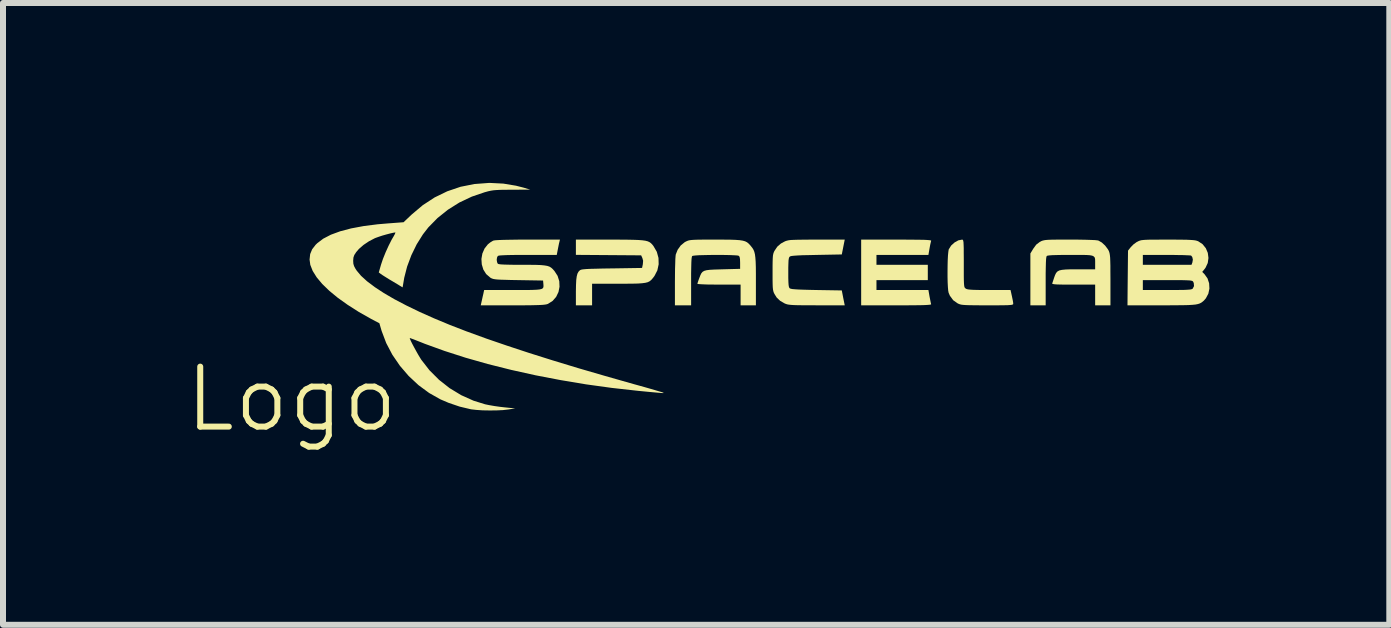
<source format=kicad_pcb>
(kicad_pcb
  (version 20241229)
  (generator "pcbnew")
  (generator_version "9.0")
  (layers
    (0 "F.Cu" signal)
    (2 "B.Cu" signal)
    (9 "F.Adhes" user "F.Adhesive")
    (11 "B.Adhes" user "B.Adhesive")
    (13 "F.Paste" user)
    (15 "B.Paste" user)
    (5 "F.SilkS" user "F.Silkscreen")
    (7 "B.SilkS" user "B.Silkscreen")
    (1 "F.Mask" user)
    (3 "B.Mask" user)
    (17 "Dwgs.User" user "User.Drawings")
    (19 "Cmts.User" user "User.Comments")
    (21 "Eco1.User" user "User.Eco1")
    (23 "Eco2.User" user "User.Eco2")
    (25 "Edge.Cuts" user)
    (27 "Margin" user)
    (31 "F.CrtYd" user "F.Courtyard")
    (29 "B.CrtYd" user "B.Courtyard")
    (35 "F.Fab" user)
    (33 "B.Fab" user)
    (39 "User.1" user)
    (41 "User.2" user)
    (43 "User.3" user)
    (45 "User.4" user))
  (footprint "Logo"
    (layer "F.Cu")
    (at 1.812 4.105)
    (property "Reference" "Logo" (at 0 -0.5 0) (unlocked yes) (layer "F.SilkS") (effects (font (size 1 1) (thickness 0.1))))
    (attr smd)
    (fp_poly (pts (xy 10.236 -3.16) (xy 10.362 -3.159) (xy 10.462 -3.158) (xy 10.539 -3.157) (xy 10.596 -3.154) (xy 10.633 -3.151) (xy 10.655 -3.147) (xy 10.662 -3.143) (xy 10.662 -3.141) (xy 10.656 -3.118) (xy 10.646 -3.074) (xy 10.636 -3.019) (xy 10.635 -3.014) (xy 10.616 -2.905) (xy 9.75 -2.905) (xy 9.75 -2.74) (xy 10.606 -2.74) (xy 10.606 -2.485) (xy 9.75 -2.485) (xy 9.75 -2.32) (xy 10.616 -2.32) (xy 10.635 -2.211) (xy 10.646 -2.155) (xy 10.655 -2.11) (xy 10.661 -2.085) (xy 10.662 -2.084) (xy 10.658 -2.079) (xy 10.64 -2.075) (xy 10.607 -2.072) (xy 10.556 -2.069) (xy 10.484 -2.067) (xy 10.39 -2.066) (xy 10.271 -2.065) (xy 10.125 -2.065) (xy 10.082 -2.065) (xy 9.495 -2.065) (xy 9.495 -3.16) (xy 10.082 -3.16)) (stroke (width 0) (type solid)) (fill yes) (layer "F.SilkS"))
    (fp_poly (pts (xy 5.306 -3.16) (xy 5.462 -3.16) (xy 5.591 -3.159) (xy 5.696 -3.157) (xy 5.78 -3.154) (xy 5.846 -3.149) (xy 5.897 -3.142) (xy 5.936 -3.132) (xy 5.965 -3.119) (xy 5.989 -3.102) (xy 6.01 -3.081) (xy 6.03 -3.056) (xy 6.034 -3.05) (xy 6.088 -2.957) (xy 6.116 -2.855) (xy 6.119 -2.749) (xy 6.097 -2.647) (xy 6.049 -2.554) (xy 6.04 -2.542) (xy 6.015 -2.51) (xy 5.992 -2.485) (xy 5.967 -2.465) (xy 5.936 -2.45) (xy 5.896 -2.44) (xy 5.843 -2.433) (xy 5.774 -2.428) (xy 5.685 -2.426) (xy 5.573 -2.425) (xy 5.448 -2.425) (xy 5.009 -2.425) (xy 5.009 -2.065) (xy 4.739 -2.065) (xy 4.739 -2.298) (xy 4.741 -2.405) (xy 4.745 -2.487) (xy 4.753 -2.548) (xy 4.765 -2.593) (xy 4.783 -2.626) (xy 4.807 -2.65) (xy 4.819 -2.656) (xy 4.84 -2.662) (xy 4.873 -2.666) (xy 4.921 -2.67) (xy 4.988 -2.673) (xy 5.075 -2.675) (xy 5.186 -2.678) (xy 5.324 -2.68) (xy 5.338 -2.68) (xy 5.842 -2.688) (xy 5.855 -2.749) (xy 5.86 -2.808) (xy 5.847 -2.854) (xy 5.827 -2.898) (xy 4.739 -2.906) (xy 4.739 -3.16)) (stroke (width 0) (type solid)) (fill yes) (layer "F.SilkS"))
    (fp_poly (pts (xy 11.185 -3.159) (xy 11.192 -3.153) (xy 11.197 -3.14) (xy 11.201 -3.115) (xy 11.203 -3.075) (xy 11.205 -3.018) (xy 11.205 -2.939) (xy 11.206 -2.836) (xy 11.206 -2.763) (xy 11.206 -2.644) (xy 11.206 -2.551) (xy 11.207 -2.481) (xy 11.209 -2.431) (xy 11.212 -2.396) (xy 11.216 -2.373) (xy 11.222 -2.359) (xy 11.231 -2.35) (xy 11.239 -2.343) (xy 11.254 -2.336) (xy 11.278 -2.33) (xy 11.313 -2.326) (xy 11.364 -2.323) (xy 11.434 -2.321) (xy 11.528 -2.32) (xy 11.629 -2.32) (xy 11.985 -2.32) (xy 11.993 -2.286) (xy 12.011 -2.203) (xy 12.023 -2.145) (xy 12.029 -2.108) (xy 12.03 -2.091) (xy 12.029 -2.084) (xy 12.021 -2.078) (xy 12.005 -2.073) (xy 11.977 -2.07) (xy 11.933 -2.067) (xy 11.871 -2.066) (xy 11.788 -2.065) (xy 11.679 -2.065) (xy 11.599 -2.065) (xy 11.474 -2.065) (xy 11.374 -2.066) (xy 11.297 -2.067) (xy 11.239 -2.069) (xy 11.196 -2.072) (xy 11.164 -2.076) (xy 11.14 -2.082) (xy 11.119 -2.09) (xy 11.104 -2.097) (xy 11.029 -2.15) (xy 10.974 -2.225) (xy 10.953 -2.274) (xy 10.946 -2.31) (xy 10.941 -2.369) (xy 10.937 -2.446) (xy 10.935 -2.535) (xy 10.935 -2.63) (xy 10.936 -2.726) (xy 10.938 -2.815) (xy 10.942 -2.894) (xy 10.948 -2.955) (xy 10.954 -2.994) (xy 10.956 -2.999) (xy 10.995 -3.061) (xy 11.051 -3.112) (xy 11.115 -3.148) (xy 11.177 -3.16)) (stroke (width 0) (type solid)) (fill yes) (layer "F.SilkS"))
    (fp_poly (pts (xy 9.172 -2.913) (xy 8.751 -2.905) (xy 8.619 -2.902) (xy 8.516 -2.9) (xy 8.436 -2.896) (xy 8.378 -2.892) (xy 8.338 -2.888) (xy 8.314 -2.882) (xy 8.305 -2.877) (xy 8.295 -2.865) (xy 8.289 -2.846) (xy 8.284 -2.813) (xy 8.282 -2.763) (xy 8.28 -2.692) (xy 8.28 -2.613) (xy 8.28 -2.52) (xy 8.282 -2.452) (xy 8.285 -2.406) (xy 8.29 -2.375) (xy 8.297 -2.357) (xy 8.305 -2.348) (xy 8.319 -2.342) (xy 8.347 -2.336) (xy 8.392 -2.332) (xy 8.456 -2.328) (xy 8.542 -2.325) (xy 8.654 -2.322) (xy 8.751 -2.32) (xy 9.172 -2.313) (xy 9.196 -2.189) (xy 9.221 -2.065) (xy 8.754 -2.065) (xy 8.623 -2.066) (xy 8.517 -2.066) (xy 8.435 -2.067) (xy 8.372 -2.069) (xy 8.325 -2.072) (xy 8.289 -2.076) (xy 8.262 -2.081) (xy 8.24 -2.088) (xy 8.22 -2.096) (xy 8.144 -2.14) (xy 8.087 -2.194) (xy 8.05 -2.253) (xy 8.039 -2.275) (xy 8.031 -2.299) (xy 8.025 -2.328) (xy 8.021 -2.368) (xy 8.019 -2.424) (xy 8.018 -2.5) (xy 8.018 -2.6) (xy 8.018 -2.613) (xy 8.018 -2.716) (xy 8.019 -2.794) (xy 8.021 -2.851) (xy 8.024 -2.893) (xy 8.03 -2.924) (xy 8.038 -2.948) (xy 8.048 -2.97) (xy 8.05 -2.973) (xy 8.097 -3.043) (xy 8.157 -3.095) (xy 8.22 -3.129) (xy 8.241 -3.138) (xy 8.263 -3.144) (xy 8.29 -3.15) (xy 8.325 -3.154) (xy 8.373 -3.156) (xy 8.436 -3.158) (xy 8.519 -3.159) (xy 8.625 -3.16) (xy 8.754 -3.16) (xy 9.221 -3.16)) (stroke (width 0) (type solid)) (fill yes) (layer "F.SilkS"))
    (fp_poly (pts (xy 13.113 -3.16) (xy 13.23 -3.158) (xy 13.325 -3.155) (xy 13.395 -3.152) (xy 13.439 -3.147) (xy 13.451 -3.144) (xy 13.507 -3.112) (xy 13.562 -3.061) (xy 13.608 -3) (xy 13.623 -2.973) (xy 13.631 -2.952) (xy 13.637 -2.929) (xy 13.642 -2.898) (xy 13.646 -2.857) (xy 13.648 -2.801) (xy 13.65 -2.727) (xy 13.65 -2.631) (xy 13.651 -2.509) (xy 13.651 -2.489) (xy 13.651 -2.065) (xy 13.396 -2.065) (xy 13.396 -2.41) (xy 13.034 -2.41) (xy 12.917 -2.41) (xy 12.826 -2.411) (xy 12.76 -2.413) (xy 12.715 -2.416) (xy 12.689 -2.421) (xy 12.68 -2.426) (xy 12.68 -2.429) (xy 12.688 -2.453) (xy 12.702 -2.495) (xy 12.712 -2.526) (xy 12.728 -2.57) (xy 12.745 -2.604) (xy 12.767 -2.629) (xy 12.798 -2.646) (xy 12.842 -2.656) (xy 12.904 -2.662) (xy 12.987 -2.665) (xy 13.096 -2.665) (xy 13.106 -2.665) (xy 13.396 -2.665) (xy 13.396 -2.756) (xy 13.396 -2.8) (xy 13.395 -2.835) (xy 13.389 -2.861) (xy 13.374 -2.879) (xy 13.349 -2.892) (xy 13.308 -2.9) (xy 13.249 -2.904) (xy 13.169 -2.905) (xy 13.064 -2.905) (xy 12.986 -2.905) (xy 12.857 -2.905) (xy 12.757 -2.903) (xy 12.681 -2.901) (xy 12.63 -2.897) (xy 12.599 -2.892) (xy 12.589 -2.887) (xy 12.583 -2.872) (xy 12.578 -2.837) (xy 12.575 -2.781) (xy 12.573 -2.702) (xy 12.571 -2.596) (xy 12.571 -2.467) (xy 12.571 -2.065) (xy 12.316 -2.065) (xy 12.316 -2.929) (xy 12.365 -3.01) (xy 12.414 -3.077) (xy 12.472 -3.121) (xy 12.48 -3.125) (xy 12.5 -3.136) (xy 12.519 -3.143) (xy 12.543 -3.149) (xy 12.574 -3.154) (xy 12.615 -3.157) (xy 12.672 -3.159) (xy 12.747 -3.16) (xy 12.844 -3.16) (xy 12.968 -3.16) (xy 12.977 -3.16)) (stroke (width 0) (type solid)) (fill yes) (layer "F.SilkS"))
    (fp_poly (pts (xy 7.205 -3.16) (xy 7.314 -3.159) (xy 7.401 -3.156) (xy 7.469 -3.151) (xy 7.521 -3.143) (xy 7.56 -3.132) (xy 7.592 -3.116) (xy 7.618 -3.095) (xy 7.643 -3.069) (xy 7.661 -3.047) (xy 7.683 -3.019) (xy 7.701 -2.989) (xy 7.714 -2.956) (xy 7.724 -2.915) (xy 7.731 -2.861) (xy 7.736 -2.793) (xy 7.739 -2.705) (xy 7.74 -2.594) (xy 7.74 -2.472) (xy 7.74 -2.065) (xy 7.485 -2.065) (xy 7.485 -2.41) (xy 7.125 -2.41) (xy 7.019 -2.411) (xy 6.927 -2.412) (xy 6.852 -2.415) (xy 6.798 -2.418) (xy 6.769 -2.421) (xy 6.765 -2.424) (xy 6.77 -2.444) (xy 6.783 -2.483) (xy 6.797 -2.521) (xy 6.814 -2.565) (xy 6.83 -2.598) (xy 6.85 -2.622) (xy 6.878 -2.639) (xy 6.917 -2.65) (xy 6.973 -2.657) (xy 7.049 -2.661) (xy 7.149 -2.664) (xy 7.183 -2.665) (xy 7.477 -2.673) (xy 7.477 -2.774) (xy 7.475 -2.836) (xy 7.468 -2.873) (xy 7.455 -2.89) (xy 7.432 -2.896) (xy 7.385 -2.899) (xy 7.319 -2.902) (xy 7.238 -2.904) (xy 7.147 -2.905) (xy 7.053 -2.905) (xy 6.959 -2.904) (xy 6.871 -2.902) (xy 6.794 -2.9) (xy 6.732 -2.896) (xy 6.692 -2.891) (xy 6.678 -2.887) (xy 6.672 -2.872) (xy 6.667 -2.837) (xy 6.664 -2.781) (xy 6.662 -2.702) (xy 6.66 -2.596) (xy 6.66 -2.467) (xy 6.66 -2.065) (xy 6.39 -2.065) (xy 6.39 -2.459) (xy 6.391 -2.568) (xy 6.392 -2.67) (xy 6.395 -2.76) (xy 6.397 -2.834) (xy 6.401 -2.887) (xy 6.404 -2.912) (xy 6.436 -2.992) (xy 6.488 -3.064) (xy 6.554 -3.118) (xy 6.569 -3.126) (xy 6.59 -3.136) (xy 6.61 -3.144) (xy 6.635 -3.15) (xy 6.667 -3.154) (xy 6.71 -3.157) (xy 6.769 -3.159) (xy 6.846 -3.16) (xy 6.946 -3.16) (xy 7.069 -3.16)) (stroke (width 0) (type solid)) (fill yes) (layer "F.SilkS"))
    (fp_poly (pts (xy 14.611 -3.16) (xy 14.74 -3.16) (xy 14.843 -3.159) (xy 14.922 -3.158) (xy 14.983 -3.155) (xy 15.029 -3.152) (xy 15.062 -3.148) (xy 15.088 -3.142) (xy 15.108 -3.135) (xy 15.115 -3.132) (xy 15.187 -3.084) (xy 15.241 -3.017) (xy 15.274 -2.939) (xy 15.285 -2.854) (xy 15.273 -2.77) (xy 15.236 -2.691) (xy 15.218 -2.667) (xy 15.181 -2.622) (xy 15.219 -2.584) (xy 15.269 -2.514) (xy 15.296 -2.432) (xy 15.301 -2.344) (xy 15.283 -2.259) (xy 15.242 -2.182) (xy 15.209 -2.144) (xy 15.187 -2.125) (xy 15.165 -2.109) (xy 15.14 -2.096) (xy 15.109 -2.086) (xy 15.069 -2.078) (xy 15.017 -2.073) (xy 14.949 -2.069) (xy 14.863 -2.067) (xy 14.755 -2.066) (xy 14.623 -2.065) (xy 14.499 -2.065) (xy 13.935 -2.065) (xy 13.937 -2.32) (xy 14.191 -2.32) (xy 14.595 -2.32) (xy 14.718 -2.32) (xy 14.815 -2.321) (xy 14.888 -2.322) (xy 14.941 -2.325) (xy 14.979 -2.328) (xy 15.003 -2.333) (xy 15.017 -2.339) (xy 15.023 -2.344) (xy 15.044 -2.385) (xy 15.04 -2.435) (xy 15.031 -2.456) (xy 15.025 -2.465) (xy 15.015 -2.471) (xy 14.998 -2.476) (xy 14.97 -2.48) (xy 14.928 -2.482) (xy 14.868 -2.484) (xy 14.787 -2.485) (xy 14.682 -2.485) (xy 14.603 -2.485) (xy 14.191 -2.485) (xy 14.191 -2.32) (xy 13.937 -2.32) (xy 13.939 -2.521) (xy 13.943 -2.905) (xy 14.191 -2.905) (xy 14.191 -2.74) (xy 15.002 -2.74) (xy 15.017 -2.78) (xy 15.025 -2.827) (xy 15.015 -2.87) (xy 14.996 -2.894) (xy 14.977 -2.897) (xy 14.932 -2.899) (xy 14.865 -2.902) (xy 14.781 -2.903) (xy 14.684 -2.905) (xy 14.585 -2.905) (xy 14.191 -2.905) (xy 13.943 -2.905) (xy 13.944 -2.977) (xy 13.99 -3.035) (xy 14.033 -3.079) (xy 14.086 -3.118) (xy 14.102 -3.126) (xy 14.121 -3.136) (xy 14.142 -3.144) (xy 14.165 -3.15) (xy 14.197 -3.154) (xy 14.239 -3.157) (xy 14.297 -3.159) (xy 14.372 -3.159) (xy 14.471 -3.16) (xy 14.595 -3.16)) (stroke (width 0) (type solid)) (fill yes) (layer "F.SilkS"))
    (fp_poly (pts (xy 4.465 -3.126) (xy 4.457 -3.094) (xy 4.447 -3.044) (xy 4.438 -2.999) (xy 4.42 -2.905) (xy 3.938 -2.905) (xy 3.793 -2.905) (xy 3.676 -2.904) (xy 3.585 -2.902) (xy 3.517 -2.899) (xy 3.471 -2.896) (xy 3.445 -2.891) (xy 3.437 -2.887) (xy 3.424 -2.86) (xy 3.419 -2.823) (xy 3.425 -2.784) (xy 3.437 -2.758) (xy 3.453 -2.752) (xy 3.488 -2.747) (xy 3.545 -2.744) (xy 3.625 -2.742) (xy 3.732 -2.74) (xy 3.843 -2.74) (xy 3.971 -2.74) (xy 4.074 -2.739) (xy 4.154 -2.736) (xy 4.215 -2.73) (xy 4.262 -2.722) (xy 4.298 -2.71) (xy 4.326 -2.693) (xy 4.352 -2.67) (xy 4.377 -2.642) (xy 4.382 -2.636) (xy 4.434 -2.556) (xy 4.462 -2.467) (xy 4.466 -2.375) (xy 4.449 -2.287) (xy 4.41 -2.206) (xy 4.352 -2.139) (xy 4.275 -2.09) (xy 4.271 -2.088) (xy 4.252 -2.082) (xy 4.225 -2.077) (xy 4.188 -2.073) (xy 4.138 -2.07) (xy 4.072 -2.068) (xy 3.985 -2.066) (xy 3.877 -2.065) (xy 3.742 -2.065) (xy 3.684 -2.065) (xy 3.153 -2.065) (xy 3.174 -2.159) (xy 3.186 -2.214) (xy 3.197 -2.261) (xy 3.202 -2.286) (xy 3.21 -2.32) (xy 3.688 -2.32) (xy 3.826 -2.32) (xy 3.937 -2.32) (xy 4.024 -2.322) (xy 4.089 -2.325) (xy 4.136 -2.33) (xy 4.168 -2.338) (xy 4.187 -2.349) (xy 4.196 -2.364) (xy 4.199 -2.383) (xy 4.198 -2.408) (xy 4.197 -2.42) (xy 4.192 -2.478) (xy 3.779 -2.485) (xy 3.657 -2.487) (xy 3.561 -2.49) (xy 3.487 -2.492) (xy 3.433 -2.495) (xy 3.393 -2.499) (xy 3.364 -2.504) (xy 3.342 -2.511) (xy 3.324 -2.519) (xy 3.31 -2.528) (xy 3.243 -2.586) (xy 3.196 -2.661) (xy 3.17 -2.747) (xy 3.164 -2.838) (xy 3.18 -2.929) (xy 3.217 -3.013) (xy 3.271 -3.081) (xy 3.312 -3.114) (xy 3.353 -3.139) (xy 3.364 -3.144) (xy 3.392 -3.149) (xy 3.449 -3.153) (xy 3.533 -3.156) (xy 3.642 -3.158) (xy 3.776 -3.16) (xy 3.933 -3.16) (xy 4.473 -3.16)) (stroke (width 0) (type solid)) (fill yes) (layer "F.SilkS"))
    (fp_poly (pts (xy 3.53 -4.094) (xy 3.74 -4.059) (xy 3.87 -4.026) (xy 3.978 -3.993) (xy 3.672 -3.992) (xy 3.566 -3.991) (xy 3.484 -3.99) (xy 3.42 -3.987) (xy 3.368 -3.983) (xy 3.323 -3.976) (xy 3.277 -3.966) (xy 3.226 -3.952) (xy 3.221 -3.951) (xy 3.004 -3.877) (xy 2.797 -3.779) (xy 2.606 -3.659) (xy 2.432 -3.52) (xy 2.279 -3.364) (xy 2.189 -3.248) (xy 2.085 -3.082) (xy 1.996 -2.9) (xy 1.925 -2.71) (xy 1.877 -2.523) (xy 1.87 -2.481) (xy 1.85 -2.364) (xy 1.686 -2.463) (xy 1.62 -2.502) (xy 1.561 -2.539) (xy 1.515 -2.568) (xy 1.488 -2.587) (xy 1.487 -2.587) (xy 1.453 -2.613) (xy 1.491 -2.745) (xy 1.523 -2.84) (xy 1.567 -2.949) (xy 1.617 -3.059) (xy 1.668 -3.16) (xy 1.701 -3.216) (xy 1.721 -3.253) (xy 1.73 -3.276) (xy 1.728 -3.28) (xy 1.696 -3.275) (xy 1.643 -3.263) (xy 1.578 -3.246) (xy 1.511 -3.227) (xy 1.448 -3.206) (xy 1.398 -3.188) (xy 1.388 -3.184) (xy 1.29 -3.133) (xy 1.199 -3.072) (xy 1.122 -3.005) (xy 1.077 -2.953) (xy 1.045 -2.904) (xy 1.03 -2.861) (xy 1.026 -2.808) (xy 1.026 -2.806) (xy 1.029 -2.758) (xy 1.041 -2.718) (xy 1.065 -2.673) (xy 1.085 -2.643) (xy 1.157 -2.557) (xy 1.257 -2.466) (xy 1.384 -2.37) (xy 1.536 -2.27) (xy 1.713 -2.167) (xy 1.913 -2.062) (xy 2.134 -1.955) (xy 2.376 -1.847) (xy 2.638 -1.738) (xy 2.917 -1.63) (xy 2.934 -1.624) (xy 3.25 -1.509) (xy 3.591 -1.392) (xy 3.958 -1.271) (xy 4.352 -1.147) (xy 4.773 -1.019) (xy 5.223 -0.888) (xy 5.701 -0.752) (xy 5.788 -0.728) (xy 5.892 -0.699) (xy 5.986 -0.672) (xy 6.068 -0.648) (xy 6.132 -0.629) (xy 6.176 -0.616) (xy 6.194 -0.609) (xy 6.2 -0.606) (xy 6.202 -0.603) (xy 6.196 -0.602) (xy 6.18 -0.602) (xy 6.151 -0.604) (xy 6.105 -0.608) (xy 6.04 -0.614) (xy 5.952 -0.622) (xy 5.839 -0.633) (xy 5.767 -0.64) (xy 5.338 -0.688) (xy 4.91 -0.747) (xy 4.485 -0.818) (xy 4.068 -0.898) (xy 3.662 -0.988) (xy 3.271 -1.086) (xy 2.898 -1.192) (xy 2.547 -1.305) (xy 2.221 -1.423) (xy 2.159 -1.448) (xy 2.09 -1.475) (xy 2.032 -1.498) (xy 1.99 -1.513) (xy 1.97 -1.52) (xy 1.969 -1.52) (xy 1.973 -1.504) (xy 1.988 -1.469) (xy 2.013 -1.419) (xy 2.045 -1.359) (xy 2.079 -1.297) (xy 2.113 -1.237) (xy 2.145 -1.184) (xy 2.162 -1.157) (xy 2.298 -0.982) (xy 2.457 -0.823) (xy 2.634 -0.684) (xy 2.827 -0.567) (xy 3.032 -0.475) (xy 3.225 -0.415) (xy 3.293 -0.401) (xy 3.379 -0.386) (xy 3.471 -0.373) (xy 3.539 -0.365) (xy 3.727 -0.346) (xy 3.61 -0.328) (xy 3.523 -0.318) (xy 3.416 -0.313) (xy 3.301 -0.312) (xy 3.185 -0.314) (xy 3.079 -0.321) (xy 2.992 -0.331) (xy 2.983 -0.333) (xy 2.802 -0.376) (xy 2.617 -0.439) (xy 2.481 -0.497) (xy 2.293 -0.603) (xy 2.115 -0.734) (xy 1.951 -0.887) (xy 1.805 -1.057) (xy 1.679 -1.241) (xy 1.577 -1.435) (xy 1.501 -1.636) (xy 1.497 -1.649) (xy 1.463 -1.766) (xy 1.324 -1.839) (xy 1.119 -1.955) (xy 0.934 -2.073) (xy 0.77 -2.19) (xy 0.629 -2.306) (xy 0.511 -2.42) (xy 0.418 -2.531) (xy 0.351 -2.638) (xy 0.311 -2.74) (xy 0.299 -2.828) (xy 0.309 -2.919) (xy 0.342 -2.999) (xy 0.4 -3.074) (xy 0.429 -3.102) (xy 0.527 -3.176) (xy 0.654 -3.242) (xy 0.809 -3.299) (xy 0.991 -3.347) (xy 1.2 -3.386) (xy 1.435 -3.416) (xy 1.613 -3.431) (xy 1.866 -3.45) (xy 2.002 -3.579) (xy 2.187 -3.735) (xy 2.385 -3.864) (xy 2.595 -3.966) (xy 2.816 -4.041) (xy 3.047 -4.087) (xy 3.286 -4.105) (xy 3.313 -4.105)) (stroke (width 0) (type solid)) (fill yes) (layer "F.SilkS")))
  (gr_rect
    (start -3 -3)
    (end 20.112 7.366)
    (stroke (width 0.1) (type default))
    (fill no)
    (layer "Edge.Cuts")))
</source>
